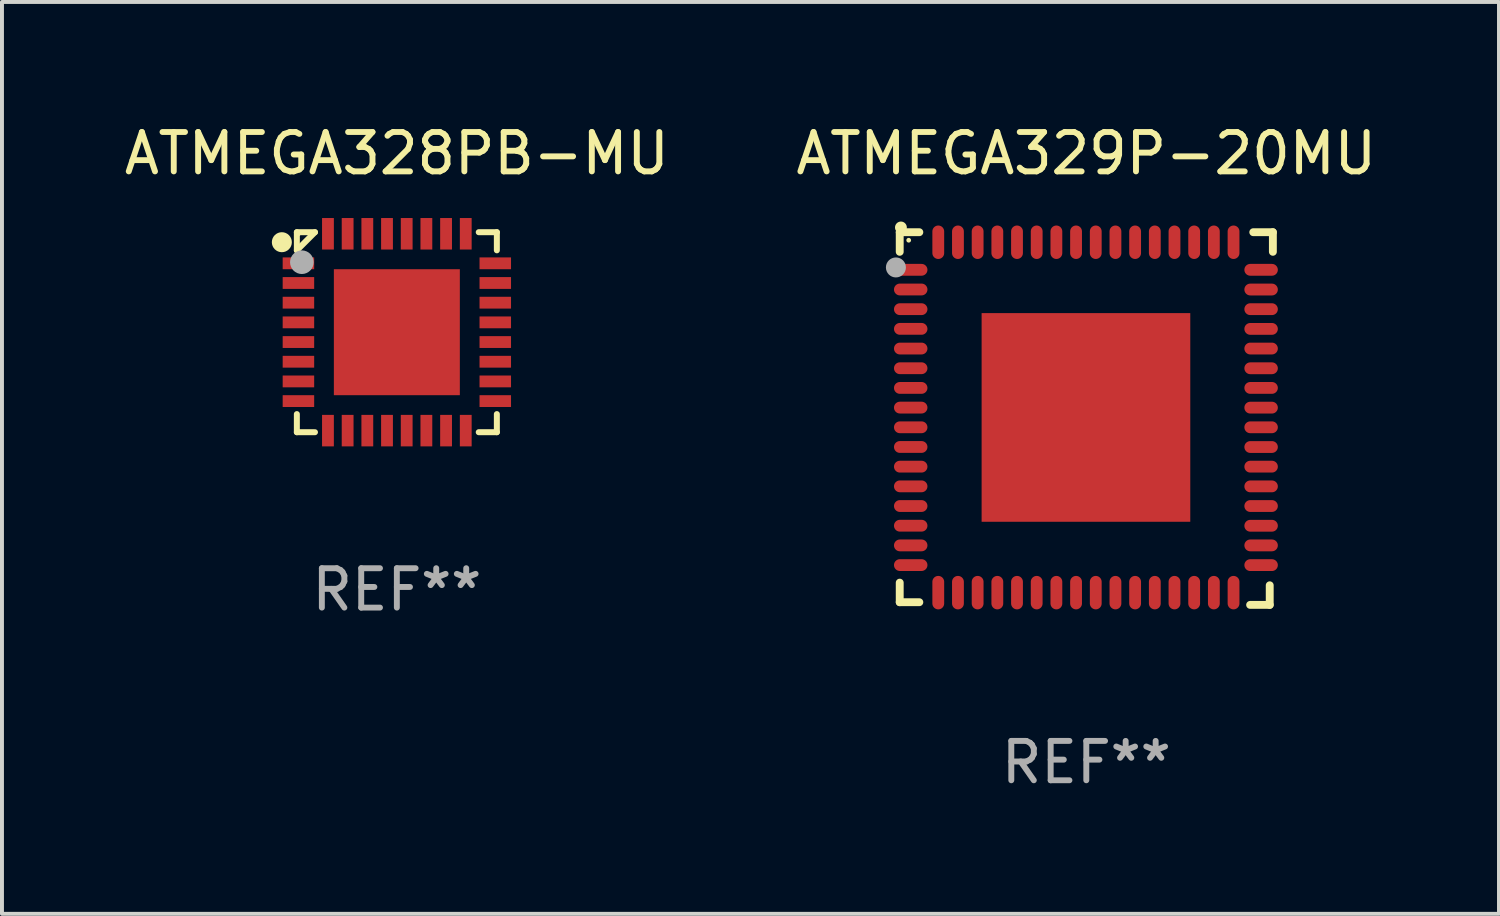
<source format=kicad_pcb>
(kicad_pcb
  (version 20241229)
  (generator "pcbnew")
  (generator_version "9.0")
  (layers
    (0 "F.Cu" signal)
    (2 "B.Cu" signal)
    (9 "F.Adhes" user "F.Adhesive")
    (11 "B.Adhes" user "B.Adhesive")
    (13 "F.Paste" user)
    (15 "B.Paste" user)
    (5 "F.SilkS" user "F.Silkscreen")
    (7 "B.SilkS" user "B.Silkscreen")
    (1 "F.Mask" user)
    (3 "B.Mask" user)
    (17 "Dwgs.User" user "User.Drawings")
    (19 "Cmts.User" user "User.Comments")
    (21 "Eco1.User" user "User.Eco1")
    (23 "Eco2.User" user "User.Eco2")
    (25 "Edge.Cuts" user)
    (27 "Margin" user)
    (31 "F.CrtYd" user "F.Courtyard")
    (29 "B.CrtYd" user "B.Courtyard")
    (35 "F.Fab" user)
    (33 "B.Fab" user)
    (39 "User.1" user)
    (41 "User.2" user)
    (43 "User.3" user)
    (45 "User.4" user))
  (footprint "ATMEGA329P-20MU"
    (layer "F.Cu")
    (at 24.542 7.581)
    (property "Reference" "ATMEGA329P-20MU" (at 0 -6.733 0) (layer "F.SilkS") (effects (font (size 1 1) (thickness 0.15))))
    (attr through_hole)
    (fp_line (start -4.739 -4.733) (end -4.241 -4.733) (stroke (width 0.2) (type solid)) (layer "F.SilkS"))
    (fp_line (start -4.739 -4.235) (end -4.739 -4.733) (stroke (width 0.2) (type solid)) (layer "F.SilkS"))
    (fp_line (start -4.739 4.168) (end -4.739 4.665) (stroke (width 0.2) (type solid)) (layer "F.SilkS"))
    (fp_line (start -4.739 4.665) (end -4.241 4.665) (stroke (width 0.2) (type solid)) (layer "F.SilkS"))
    (fp_line (start 4.161 4.733) (end 4.659 4.733) (stroke (width 0.2) (type solid)) (layer "F.SilkS"))
    (fp_line (start 4.241 -4.733) (end 4.739 -4.733) (stroke (width 0.2) (type solid)) (layer "F.SilkS"))
    (fp_line (start 4.659 4.733) (end 4.659 4.235) (stroke (width 0.2) (type solid)) (layer "F.SilkS"))
    (fp_line (start 4.739 -4.733) (end 4.739 -4.235) (stroke (width 0.2) (type solid)) (layer "F.SilkS"))
    (fp_arc (start -4.708623 -4.85108) (mid -4.708628 -4.85235) (end -4.708623 -4.85362) (stroke (width 0.3) (type solid)) (layer "F.SilkS"))
    (fp_circle (center -4.511 -4.529) (end -4.481 -4.529) (stroke (width 0.06) (type solid)) (fill no) (layer "F.SilkS"))
    (fp_circle (center -4.836 -3.838) (end -4.709 -3.838) (stroke (width 0.254) (type solid)) (fill no) (layer "F.Fab"))
    (fp_text user "REF**" (at 0 8.733 0) (layer "F.Fab") (effects (font (size 1 1) (thickness 0.15))))
    (pad "1" smd oval (at -4.46 -3.778) (size 0.85 0.3) (layers "F.Cu" "F.Mask" "F.Paste"))
    (pad "2" smd oval (at -4.46 -3.278) (size 0.85 0.3) (layers "F.Cu" "F.Mask" "F.Paste"))
    (pad "3" smd oval (at -4.46 -2.778) (size 0.85 0.3) (layers "F.Cu" "F.Mask" "F.Paste"))
    (pad "4" smd oval (at -4.46 -2.278) (size 0.85 0.3) (layers "F.Cu" "F.Mask" "F.Paste"))
    (pad "5" smd oval (at -4.46 -1.778) (size 0.85 0.3) (layers "F.Cu" "F.Mask" "F.Paste"))
    (pad "6" smd oval (at -4.46 -1.278) (size 0.85 0.3) (layers "F.Cu" "F.Mask" "F.Paste"))
    (pad "7" smd oval (at -4.46 -0.778) (size 0.85 0.3) (layers "F.Cu" "F.Mask" "F.Paste"))
    (pad "8" smd oval (at -4.46 -0.278) (size 0.85 0.3) (layers "F.Cu" "F.Mask" "F.Paste"))
    (pad "9" smd oval (at -4.46 0.222) (size 0.85 0.3) (layers "F.Cu" "F.Mask" "F.Paste"))
    (pad "10" smd oval (at -4.46 0.722) (size 0.85 0.3) (layers "F.Cu" "F.Mask" "F.Paste"))
    (pad "11" smd oval (at -4.46 1.222) (size 0.85 0.3) (layers "F.Cu" "F.Mask" "F.Paste"))
    (pad "12" smd oval (at -4.46 1.722) (size 0.85 0.3) (layers "F.Cu" "F.Mask" "F.Paste"))
    (pad "13" smd oval (at -4.46 2.222) (size 0.85 0.3) (layers "F.Cu" "F.Mask" "F.Paste"))
    (pad "14" smd oval (at -4.46 2.722) (size 0.85 0.3) (layers "F.Cu" "F.Mask" "F.Paste"))
    (pad "15" smd oval (at -4.46 3.222) (size 0.85 0.3) (layers "F.Cu" "F.Mask" "F.Paste"))
    (pad "16" smd oval (at -4.46 3.722) (size 0.85 0.3) (layers "F.Cu" "F.Mask" "F.Paste"))
    (pad "17" smd oval (at -3.76 4.422) (size 0.3 0.85) (layers "F.Cu" "F.Mask" "F.Paste"))
    (pad "18" smd oval (at -3.26 4.422) (size 0.3 0.85) (layers "F.Cu" "F.Mask" "F.Paste"))
    (pad "19" smd oval (at -2.76 4.422) (size 0.3 0.85) (layers "F.Cu" "F.Mask" "F.Paste"))
    (pad "20" smd oval (at -2.26 4.422) (size 0.3 0.85) (layers "F.Cu" "F.Mask" "F.Paste"))
    (pad "21" smd oval (at -1.76 4.422) (size 0.3 0.85) (layers "F.Cu" "F.Mask" "F.Paste"))
    (pad "22" smd oval (at -1.26 4.422) (size 0.3 0.85) (layers "F.Cu" "F.Mask" "F.Paste"))
    (pad "23" smd oval (at -0.76 4.422) (size 0.3 0.85) (layers "F.Cu" "F.Mask" "F.Paste"))
    (pad "24" smd oval (at -0.26 4.422) (size 0.3 0.85) (layers "F.Cu" "F.Mask" "F.Paste"))
    (pad "25" smd oval (at 0.24 4.422) (size 0.3 0.85) (layers "F.Cu" "F.Mask" "F.Paste"))
    (pad "26" smd oval (at 0.74 4.422) (size 0.3 0.85) (layers "F.Cu" "F.Mask" "F.Paste"))
    (pad "27" smd oval (at 1.24 4.422) (size 0.3 0.85) (layers "F.Cu" "F.Mask" "F.Paste"))
    (pad "28" smd oval (at 1.74 4.422) (size 0.3 0.85) (layers "F.Cu" "F.Mask" "F.Paste"))
    (pad "29" smd oval (at 2.24 4.422) (size 0.3 0.85) (layers "F.Cu" "F.Mask" "F.Paste"))
    (pad "30" smd oval (at 2.74 4.422) (size 0.3 0.85) (layers "F.Cu" "F.Mask" "F.Paste"))
    (pad "31" smd oval (at 3.24 4.422) (size 0.3 0.85) (layers "F.Cu" "F.Mask" "F.Paste"))
    (pad "32" smd oval (at 3.74 4.422) (size 0.3 0.85) (layers "F.Cu" "F.Mask" "F.Paste"))
    (pad "33" smd oval (at 4.44 3.723) (size 0.85 0.3) (layers "F.Cu" "F.Mask" "F.Paste"))
    (pad "34" smd oval (at 4.44 3.222) (size 0.85 0.3) (layers "F.Cu" "F.Mask" "F.Paste"))
    (pad "35" smd oval (at 4.44 2.723) (size 0.85 0.3) (layers "F.Cu" "F.Mask" "F.Paste"))
    (pad "36" smd oval (at 4.44 2.222) (size 0.85 0.3) (layers "F.Cu" "F.Mask" "F.Paste"))
    (pad "37" smd oval (at 4.44 1.723) (size 0.85 0.3) (layers "F.Cu" "F.Mask" "F.Paste"))
    (pad "38" smd oval (at 4.44 1.222) (size 0.85 0.3) (layers "F.Cu" "F.Mask" "F.Paste"))
    (pad "39" smd oval (at 4.44 0.723) (size 0.85 0.3) (layers "F.Cu" "F.Mask" "F.Paste"))
    (pad "40" smd oval (at 4.44 0.222) (size 0.85 0.3) (layers "F.Cu" "F.Mask" "F.Paste"))
    (pad "41" smd oval (at 4.44 -0.277) (size 0.85 0.3) (layers "F.Cu" "F.Mask" "F.Paste"))
    (pad "42" smd oval (at 4.44 -0.778) (size 0.85 0.3) (layers "F.Cu" "F.Mask" "F.Paste"))
    (pad "43" smd oval (at 4.44 -1.277) (size 0.85 0.3) (layers "F.Cu" "F.Mask" "F.Paste"))
    (pad "44" smd oval (at 4.44 -1.778) (size 0.85 0.3) (layers "F.Cu" "F.Mask" "F.Paste"))
    (pad "45" smd oval (at 4.44 -2.277) (size 0.85 0.3) (layers "F.Cu" "F.Mask" "F.Paste"))
    (pad "46" smd oval (at 4.44 -2.778) (size 0.85 0.3) (layers "F.Cu" "F.Mask" "F.Paste"))
    (pad "47" smd oval (at 4.44 -3.277) (size 0.85 0.3) (layers "F.Cu" "F.Mask" "F.Paste"))
    (pad "48" smd oval (at 4.44 -3.778) (size 0.85 0.3) (layers "F.Cu" "F.Mask" "F.Paste"))
    (pad "49" smd oval (at 3.74 -4.478) (size 0.3 0.85) (layers "F.Cu" "F.Mask" "F.Paste"))
    (pad "50" smd oval (at 3.24 -4.478) (size 0.3 0.85) (layers "F.Cu" "F.Mask" "F.Paste"))
    (pad "51" smd oval (at 2.74 -4.478) (size 0.3 0.85) (layers "F.Cu" "F.Mask" "F.Paste"))
    (pad "52" smd oval (at 2.24 -4.478) (size 0.3 0.85) (layers "F.Cu" "F.Mask" "F.Paste"))
    (pad "53" smd oval (at 1.74 -4.478) (size 0.3 0.85) (layers "F.Cu" "F.Mask" "F.Paste"))
    (pad "54" smd oval (at 1.24 -4.478) (size 0.3 0.85) (layers "F.Cu" "F.Mask" "F.Paste"))
    (pad "55" smd oval (at 0.74 -4.478) (size 0.3 0.85) (layers "F.Cu" "F.Mask" "F.Paste"))
    (pad "56" smd oval (at 0.24 -4.478) (size 0.3 0.85) (layers "F.Cu" "F.Mask" "F.Paste"))
    (pad "57" smd oval (at -0.26 -4.478) (size 0.3 0.85) (layers "F.Cu" "F.Mask" "F.Paste"))
    (pad "58" smd oval (at -0.76 -4.478) (size 0.3 0.85) (layers "F.Cu" "F.Mask" "F.Paste"))
    (pad "59" smd oval (at -1.26 -4.478) (size 0.3 0.85) (layers "F.Cu" "F.Mask" "F.Paste"))
    (pad "60" smd oval (at -1.76 -4.478) (size 0.3 0.85) (layers "F.Cu" "F.Mask" "F.Paste"))
    (pad "61" smd oval (at -2.26 -4.478) (size 0.3 0.85) (layers "F.Cu" "F.Mask" "F.Paste"))
    (pad "62" smd oval (at -2.76 -4.478) (size 0.3 0.85) (layers "F.Cu" "F.Mask" "F.Paste"))
    (pad "63" smd oval (at -3.26 -4.478) (size 0.3 0.85) (layers "F.Cu" "F.Mask" "F.Paste"))
    (pad "64" smd oval (at -3.76 -4.478) (size 0.3 0.85) (layers "F.Cu" "F.Mask" "F.Paste"))
    (pad "65" smd rect (at -0.009 -0.028 90) (size 5.3 5.3) (layers "F.Cu" "F.Mask" "F.Paste")))
  (footprint "ATMEGA328PB-MU"
    (layer "F.Cu")
    (at 7.03 5.388)
    (property "Reference" "ATMEGA328PB-MU" (at 0 -4.54 0) (layer "F.SilkS") (effects (font (size 1 1) (thickness 0.15))))
    (attr through_hole)
    (fp_line (start -2.54 -2.54) (end -2.08 -2.54) (stroke (width 0.152) (type solid)) (layer "F.SilkS"))
    (fp_line (start -2.54 -2.08) (end -2.54 -2.54) (stroke (width 0.152) (type solid)) (layer "F.SilkS"))
    (fp_line (start -2.54 -2.08) (end -2.08 -2.54) (stroke (width 0.152) (type solid)) (layer "F.SilkS"))
    (fp_line (start -2.54 2.54) (end -2.54 2.08) (stroke (width 0.152) (type solid)) (layer "F.SilkS"))
    (fp_line (start -2.08 2.54) (end -2.54 2.54) (stroke (width 0.152) (type solid)) (layer "F.SilkS"))
    (fp_line (start 2.08 -2.54) (end 2.54 -2.54) (stroke (width 0.152) (type solid)) (layer "F.SilkS"))
    (fp_line (start 2.54 -2.54) (end 2.54 -2.08) (stroke (width 0.152) (type solid)) (layer "F.SilkS"))
    (fp_line (start 2.54 2.08) (end 2.54 2.54) (stroke (width 0.152) (type solid)) (layer "F.SilkS"))
    (fp_line (start 2.54 2.54) (end 2.08 2.54) (stroke (width 0.152) (type solid)) (layer "F.SilkS"))
    (fp_circle (center -2.921 -2.286) (end -2.794 -2.286) (stroke (width 0.254) (type solid)) (fill no) (layer "F.SilkS"))
    (fp_circle (center -2.5 -2.5) (end -2.47 -2.5) (stroke (width 0.06) (type solid)) (fill no) (layer "F.SilkS"))
    (fp_circle (center -2.413 -1.778) (end -2.263 -1.778) (stroke (width 0.3) (type solid)) (fill no) (layer "F.Fab"))
    (fp_text user "REF**" (at 0 6.54 0) (layer "F.Fab") (effects (font (size 1 1) (thickness 0.15))))
    (pad "1" smd rect (at -2.5 -1.75 90) (size 0.3 0.8) (layers "F.Cu" "F.Mask" "F.Paste"))
    (pad "2" smd rect (at -2.5 -1.25 90) (size 0.3 0.8) (layers "F.Cu" "F.Mask" "F.Paste"))
    (pad "3" smd rect (at -2.5 -0.75 90) (size 0.3 0.8) (layers "F.Cu" "F.Mask" "F.Paste"))
    (pad "4" smd rect (at -2.5 -0.25 90) (size 0.3 0.8) (layers "F.Cu" "F.Mask" "F.Paste"))
    (pad "5" smd rect (at -2.5 0.25 90) (size 0.3 0.8) (layers "F.Cu" "F.Mask" "F.Paste"))
    (pad "6" smd rect (at -2.5 0.75 90) (size 0.3 0.8) (layers "F.Cu" "F.Mask" "F.Paste"))
    (pad "7" smd rect (at -2.5 1.25 90) (size 0.3 0.8) (layers "F.Cu" "F.Mask" "F.Paste"))
    (pad "8" smd rect (at -2.5 1.75 90) (size 0.3 0.8) (layers "F.Cu" "F.Mask" "F.Paste"))
    (pad "9" smd rect (at -1.75 2.5 180) (size 0.3 0.8) (layers "F.Cu" "F.Mask" "F.Paste"))
    (pad "10" smd rect (at -1.25 2.5 180) (size 0.3 0.8) (layers "F.Cu" "F.Mask" "F.Paste"))
    (pad "11" smd rect (at -0.75 2.5 180) (size 0.3 0.8) (layers "F.Cu" "F.Mask" "F.Paste"))
    (pad "12" smd rect (at -0.25 2.5 180) (size 0.3 0.8) (layers "F.Cu" "F.Mask" "F.Paste"))
    (pad "13" smd rect (at 0.25 2.5 180) (size 0.3 0.8) (layers "F.Cu" "F.Mask" "F.Paste"))
    (pad "14" smd rect (at 0.75 2.5 180) (size 0.3 0.8) (layers "F.Cu" "F.Mask" "F.Paste"))
    (pad "15" smd rect (at 1.25 2.5 180) (size 0.3 0.8) (layers "F.Cu" "F.Mask" "F.Paste"))
    (pad "16" smd rect (at 1.75 2.5 180) (size 0.3 0.8) (layers "F.Cu" "F.Mask" "F.Paste"))
    (pad "17" smd rect (at 2.5 1.75 270) (size 0.3 0.8) (layers "F.Cu" "F.Mask" "F.Paste"))
    (pad "18" smd rect (at 2.5 1.25 270) (size 0.3 0.8) (layers "F.Cu" "F.Mask" "F.Paste"))
    (pad "19" smd rect (at 2.5 0.75 270) (size 0.3 0.8) (layers "F.Cu" "F.Mask" "F.Paste"))
    (pad "20" smd rect (at 2.5 0.25 270) (size 0.3 0.8) (layers "F.Cu" "F.Mask" "F.Paste"))
    (pad "21" smd rect (at 2.5 -0.25 270) (size 0.3 0.8) (layers "F.Cu" "F.Mask" "F.Paste"))
    (pad "22" smd rect (at 2.5 -0.75 270) (size 0.3 0.8) (layers "F.Cu" "F.Mask" "F.Paste"))
    (pad "23" smd rect (at 2.5 -1.25 270) (size 0.3 0.8) (layers "F.Cu" "F.Mask" "F.Paste"))
    (pad "24" smd rect (at 2.5 -1.75 270) (size 0.3 0.8) (layers "F.Cu" "F.Mask" "F.Paste"))
    (pad "25" smd rect (at 1.75 -2.5) (size 0.3 0.8) (layers "F.Cu" "F.Mask" "F.Paste"))
    (pad "26" smd rect (at 1.25 -2.5) (size 0.3 0.8) (layers "F.Cu" "F.Mask" "F.Paste"))
    (pad "27" smd rect (at 0.75 -2.5) (size 0.3 0.8) (layers "F.Cu" "F.Mask" "F.Paste"))
    (pad "28" smd rect (at 0.25 -2.5) (size 0.3 0.8) (layers "F.Cu" "F.Mask" "F.Paste"))
    (pad "29" smd rect (at -0.25 -2.5) (size 0.3 0.8) (layers "F.Cu" "F.Mask" "F.Paste"))
    (pad "30" smd rect (at -0.75 -2.5) (size 0.3 0.8) (layers "F.Cu" "F.Mask" "F.Paste"))
    (pad "31" smd rect (at -1.25 -2.5) (size 0.3 0.8) (layers "F.Cu" "F.Mask" "F.Paste"))
    (pad "32" smd rect (at -1.75 -2.5) (size 0.3 0.8) (layers "F.Cu" "F.Mask" "F.Paste"))
    (pad "33" smd rect (at 0 0 90) (size 3.2 3.2) (layers "F.Cu" "F.Mask" "F.Paste")))
  (gr_rect
    (start -3 -3)
    (end 35.024 20.162)
    (stroke (width 0.1) (type default))
    (fill no)
    (layer "Edge.Cuts")))
</source>
